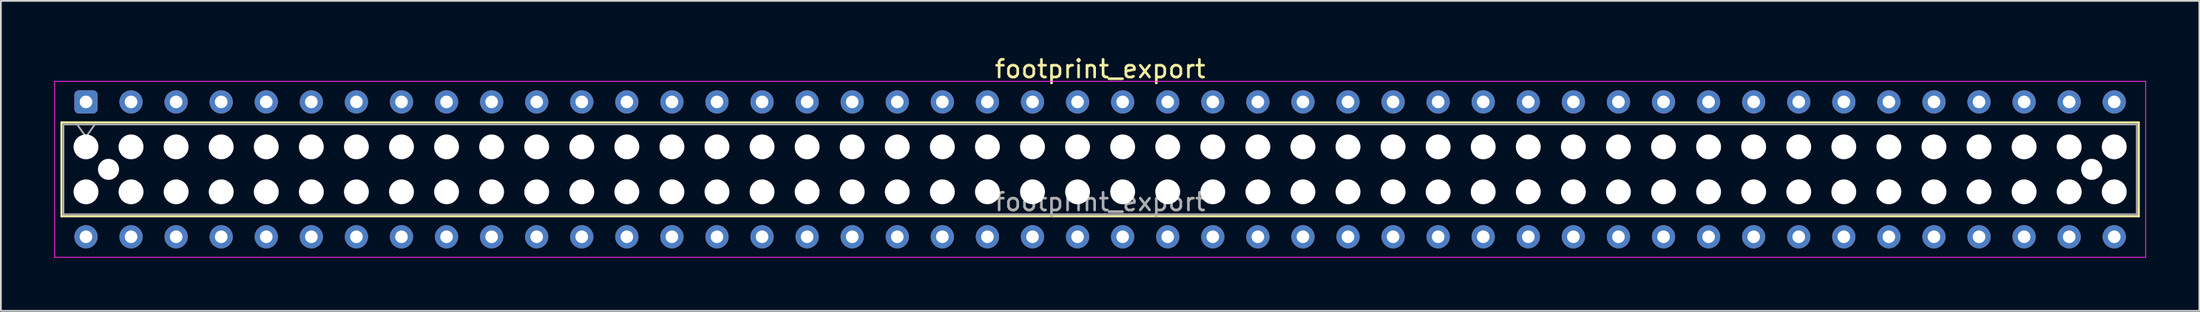
<source format=kicad_pcb>
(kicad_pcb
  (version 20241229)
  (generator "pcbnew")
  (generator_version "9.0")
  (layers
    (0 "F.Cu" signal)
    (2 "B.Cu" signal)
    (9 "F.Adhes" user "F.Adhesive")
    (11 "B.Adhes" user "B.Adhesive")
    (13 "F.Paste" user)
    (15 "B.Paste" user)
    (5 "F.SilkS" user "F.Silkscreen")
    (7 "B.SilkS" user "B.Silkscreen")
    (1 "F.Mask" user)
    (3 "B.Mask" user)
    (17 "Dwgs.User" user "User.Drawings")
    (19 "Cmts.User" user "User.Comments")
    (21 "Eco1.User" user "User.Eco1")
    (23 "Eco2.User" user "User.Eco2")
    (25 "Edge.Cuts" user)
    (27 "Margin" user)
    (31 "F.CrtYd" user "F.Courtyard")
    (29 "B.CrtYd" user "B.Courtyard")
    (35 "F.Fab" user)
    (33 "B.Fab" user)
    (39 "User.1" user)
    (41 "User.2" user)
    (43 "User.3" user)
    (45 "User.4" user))
  (footprint "footprint_export"
    (layer "F.Cu")
    (at 1.795 2.708)
    (property "Reference" "footprint_export" (at 57.15 -1.86 0) (layer "F.SilkS") (effects (font (size 1 1) (thickness 0.15))))
    (attr through_hole)
    (fp_line (start -1.38 1.16) (end 115.68 1.16) (stroke (width 0.12) (type solid)) (layer "F.SilkS"))
    (fp_line (start -1.38 6.46) (end -1.38 1.16) (stroke (width 0.12) (type solid)) (layer "F.SilkS"))
    (fp_line (start 115.68 1.16) (end 115.68 6.46) (stroke (width 0.12) (type solid)) (layer "F.SilkS"))
    (fp_line (start 115.68 6.46) (end -1.38 6.46) (stroke (width 0.12) (type solid)) (layer "F.SilkS"))
    (fp_line (start -1.77 -1.16) (end 116.07 -1.16) (stroke (width 0.05) (type solid)) (layer "F.CrtYd"))
    (fp_line (start -1.77 8.78) (end -1.77 -1.16) (stroke (width 0.05) (type solid)) (layer "F.CrtYd"))
    (fp_line (start 116.07 -1.16) (end 116.07 8.78) (stroke (width 0.05) (type solid)) (layer "F.CrtYd"))
    (fp_line (start 116.07 8.78) (end -1.77 8.78) (stroke (width 0.05) (type solid)) (layer "F.CrtYd"))
    (fp_line (start -1.27 1.27) (end 115.57 1.27) (stroke (width 0.1) (type solid)) (layer "F.Fab"))
    (fp_line (start -1.27 6.35) (end -1.27 1.27) (stroke (width 0.1) (type solid)) (layer "F.Fab"))
    (fp_line (start -0.5 1.27) (end 0 1.977) (stroke (width 0.1) (type solid)) (layer "F.Fab"))
    (fp_line (start 0 1.977) (end 0.5 1.27) (stroke (width 0.1) (type solid)) (layer "F.Fab"))
    (fp_line (start 115.57 1.27) (end 115.57 6.35) (stroke (width 0.1) (type solid)) (layer "F.Fab"))
    (fp_line (start 115.57 6.35) (end -1.27 6.35) (stroke (width 0.1) (type solid)) (layer "F.Fab"))
    (fp_text user "${REFERENCE}" (at 57.15 5.65 0) (layer "F.Fab") (effects (font (size 1 1) (thickness 0.15))))
    (pad "" np_thru_hole circle (at 0 2.54) (size 1.4 1.4) (drill 1.4) (layers "*.Cu" "*.Mask"))
    (pad "" np_thru_hole circle (at 0 5.08) (size 1.4 1.4) (drill 1.4) (layers "*.Cu" "*.Mask"))
    (pad "" np_thru_hole circle (at 1.27 3.81) (size 1.19 1.19) (drill 1.19) (layers "*.Cu" "*.Mask"))
    (pad "" np_thru_hole circle (at 2.54 2.54) (size 1.4 1.4) (drill 1.4) (layers "*.Cu" "*.Mask"))
    (pad "" np_thru_hole circle (at 2.54 5.08) (size 1.4 1.4) (drill 1.4) (layers "*.Cu" "*.Mask"))
    (pad "" np_thru_hole circle (at 5.08 2.54) (size 1.4 1.4) (drill 1.4) (layers "*.Cu" "*.Mask"))
    (pad "" np_thru_hole circle (at 5.08 5.08) (size 1.4 1.4) (drill 1.4) (layers "*.Cu" "*.Mask"))
    (pad "" np_thru_hole circle (at 7.62 2.54) (size 1.4 1.4) (drill 1.4) (layers "*.Cu" "*.Mask"))
    (pad "" np_thru_hole circle (at 7.62 5.08) (size 1.4 1.4) (drill 1.4) (layers "*.Cu" "*.Mask"))
    (pad "" np_thru_hole circle (at 10.16 2.54) (size 1.4 1.4) (drill 1.4) (layers "*.Cu" "*.Mask"))
    (pad "" np_thru_hole circle (at 10.16 5.08) (size 1.4 1.4) (drill 1.4) (layers "*.Cu" "*.Mask"))
    (pad "" np_thru_hole circle (at 12.7 2.54) (size 1.4 1.4) (drill 1.4) (layers "*.Cu" "*.Mask"))
    (pad "" np_thru_hole circle (at 12.7 5.08) (size 1.4 1.4) (drill 1.4) (layers "*.Cu" "*.Mask"))
    (pad "" np_thru_hole circle (at 15.24 2.54) (size 1.4 1.4) (drill 1.4) (layers "*.Cu" "*.Mask"))
    (pad "" np_thru_hole circle (at 15.24 5.08) (size 1.4 1.4) (drill 1.4) (layers "*.Cu" "*.Mask"))
    (pad "" np_thru_hole circle (at 17.78 2.54) (size 1.4 1.4) (drill 1.4) (layers "*.Cu" "*.Mask"))
    (pad "" np_thru_hole circle (at 17.78 5.08) (size 1.4 1.4) (drill 1.4) (layers "*.Cu" "*.Mask"))
    (pad "" np_thru_hole circle (at 20.32 2.54) (size 1.4 1.4) (drill 1.4) (layers "*.Cu" "*.Mask"))
    (pad "" np_thru_hole circle (at 20.32 5.08) (size 1.4 1.4) (drill 1.4) (layers "*.Cu" "*.Mask"))
    (pad "" np_thru_hole circle (at 22.86 2.54) (size 1.4 1.4) (drill 1.4) (layers "*.Cu" "*.Mask"))
    (pad "" np_thru_hole circle (at 22.86 5.08) (size 1.4 1.4) (drill 1.4) (layers "*.Cu" "*.Mask"))
    (pad "" np_thru_hole circle (at 25.4 2.54) (size 1.4 1.4) (drill 1.4) (layers "*.Cu" "*.Mask"))
    (pad "" np_thru_hole circle (at 25.4 5.08) (size 1.4 1.4) (drill 1.4) (layers "*.Cu" "*.Mask"))
    (pad "" np_thru_hole circle (at 27.94 2.54) (size 1.4 1.4) (drill 1.4) (layers "*.Cu" "*.Mask"))
    (pad "" np_thru_hole circle (at 27.94 5.08) (size 1.4 1.4) (drill 1.4) (layers "*.Cu" "*.Mask"))
    (pad "" np_thru_hole circle (at 30.48 2.54) (size 1.4 1.4) (drill 1.4) (layers "*.Cu" "*.Mask"))
    (pad "" np_thru_hole circle (at 30.48 5.08) (size 1.4 1.4) (drill 1.4) (layers "*.Cu" "*.Mask"))
    (pad "" np_thru_hole circle (at 33.02 2.54) (size 1.4 1.4) (drill 1.4) (layers "*.Cu" "*.Mask"))
    (pad "" np_thru_hole circle (at 33.02 5.08) (size 1.4 1.4) (drill 1.4) (layers "*.Cu" "*.Mask"))
    (pad "" np_thru_hole circle (at 35.56 2.54) (size 1.4 1.4) (drill 1.4) (layers "*.Cu" "*.Mask"))
    (pad "" np_thru_hole circle (at 35.56 5.08) (size 1.4 1.4) (drill 1.4) (layers "*.Cu" "*.Mask"))
    (pad "" np_thru_hole circle (at 38.1 2.54) (size 1.4 1.4) (drill 1.4) (layers "*.Cu" "*.Mask"))
    (pad "" np_thru_hole circle (at 38.1 5.08) (size 1.4 1.4) (drill 1.4) (layers "*.Cu" "*.Mask"))
    (pad "" np_thru_hole circle (at 40.64 2.54) (size 1.4 1.4) (drill 1.4) (layers "*.Cu" "*.Mask"))
    (pad "" np_thru_hole circle (at 40.64 5.08) (size 1.4 1.4) (drill 1.4) (layers "*.Cu" "*.Mask"))
    (pad "" np_thru_hole circle (at 43.18 2.54) (size 1.4 1.4) (drill 1.4) (layers "*.Cu" "*.Mask"))
    (pad "" np_thru_hole circle (at 43.18 5.08) (size 1.4 1.4) (drill 1.4) (layers "*.Cu" "*.Mask"))
    (pad "" np_thru_hole circle (at 45.72 2.54) (size 1.4 1.4) (drill 1.4) (layers "*.Cu" "*.Mask"))
    (pad "" np_thru_hole circle (at 45.72 5.08) (size 1.4 1.4) (drill 1.4) (layers "*.Cu" "*.Mask"))
    (pad "" np_thru_hole circle (at 48.26 2.54) (size 1.4 1.4) (drill 1.4) (layers "*.Cu" "*.Mask"))
    (pad "" np_thru_hole circle (at 48.26 5.08) (size 1.4 1.4) (drill 1.4) (layers "*.Cu" "*.Mask"))
    (pad "" np_thru_hole circle (at 50.8 2.54) (size 1.4 1.4) (drill 1.4) (layers "*.Cu" "*.Mask"))
    (pad "" np_thru_hole circle (at 50.8 5.08) (size 1.4 1.4) (drill 1.4) (layers "*.Cu" "*.Mask"))
    (pad "" np_thru_hole circle (at 53.34 2.54) (size 1.4 1.4) (drill 1.4) (layers "*.Cu" "*.Mask"))
    (pad "" np_thru_hole circle (at 53.34 5.08) (size 1.4 1.4) (drill 1.4) (layers "*.Cu" "*.Mask"))
    (pad "" np_thru_hole circle (at 55.88 2.54) (size 1.4 1.4) (drill 1.4) (layers "*.Cu" "*.Mask"))
    (pad "" np_thru_hole circle (at 55.88 5.08) (size 1.4 1.4) (drill 1.4) (layers "*.Cu" "*.Mask"))
    (pad "" np_thru_hole circle (at 58.42 2.54) (size 1.4 1.4) (drill 1.4) (layers "*.Cu" "*.Mask"))
    (pad "" np_thru_hole circle (at 58.42 5.08) (size 1.4 1.4) (drill 1.4) (layers "*.Cu" "*.Mask"))
    (pad "" np_thru_hole circle (at 60.96 2.54) (size 1.4 1.4) (drill 1.4) (layers "*.Cu" "*.Mask"))
    (pad "" np_thru_hole circle (at 60.96 5.08) (size 1.4 1.4) (drill 1.4) (layers "*.Cu" "*.Mask"))
    (pad "" np_thru_hole circle (at 63.5 2.54) (size 1.4 1.4) (drill 1.4) (layers "*.Cu" "*.Mask"))
    (pad "" np_thru_hole circle (at 63.5 5.08) (size 1.4 1.4) (drill 1.4) (layers "*.Cu" "*.Mask"))
    (pad "" np_thru_hole circle (at 66.04 2.54) (size 1.4 1.4) (drill 1.4) (layers "*.Cu" "*.Mask"))
    (pad "" np_thru_hole circle (at 66.04 5.08) (size 1.4 1.4) (drill 1.4) (layers "*.Cu" "*.Mask"))
    (pad "" np_thru_hole circle (at 68.58 2.54) (size 1.4 1.4) (drill 1.4) (layers "*.Cu" "*.Mask"))
    (pad "" np_thru_hole circle (at 68.58 5.08) (size 1.4 1.4) (drill 1.4) (layers "*.Cu" "*.Mask"))
    (pad "" np_thru_hole circle (at 71.12 2.54) (size 1.4 1.4) (drill 1.4) (layers "*.Cu" "*.Mask"))
    (pad "" np_thru_hole circle (at 71.12 5.08) (size 1.4 1.4) (drill 1.4) (layers "*.Cu" "*.Mask"))
    (pad "" np_thru_hole circle (at 73.66 2.54) (size 1.4 1.4) (drill 1.4) (layers "*.Cu" "*.Mask"))
    (pad "" np_thru_hole circle (at 73.66 5.08) (size 1.4 1.4) (drill 1.4) (layers "*.Cu" "*.Mask"))
    (pad "" np_thru_hole circle (at 76.2 2.54) (size 1.4 1.4) (drill 1.4) (layers "*.Cu" "*.Mask"))
    (pad "" np_thru_hole circle (at 76.2 5.08) (size 1.4 1.4) (drill 1.4) (layers "*.Cu" "*.Mask"))
    (pad "" np_thru_hole circle (at 78.74 2.54) (size 1.4 1.4) (drill 1.4) (layers "*.Cu" "*.Mask"))
    (pad "" np_thru_hole circle (at 78.74 5.08) (size 1.4 1.4) (drill 1.4) (layers "*.Cu" "*.Mask"))
    (pad "" np_thru_hole circle (at 81.28 2.54) (size 1.4 1.4) (drill 1.4) (layers "*.Cu" "*.Mask"))
    (pad "" np_thru_hole circle (at 81.28 5.08) (size 1.4 1.4) (drill 1.4) (layers "*.Cu" "*.Mask"))
    (pad "" np_thru_hole circle (at 83.82 2.54) (size 1.4 1.4) (drill 1.4) (layers "*.Cu" "*.Mask"))
    (pad "" np_thru_hole circle (at 83.82 5.08) (size 1.4 1.4) (drill 1.4) (layers "*.Cu" "*.Mask"))
    (pad "" np_thru_hole circle (at 86.36 2.54) (size 1.4 1.4) (drill 1.4) (layers "*.Cu" "*.Mask"))
    (pad "" np_thru_hole circle (at 86.36 5.08) (size 1.4 1.4) (drill 1.4) (layers "*.Cu" "*.Mask"))
    (pad "" np_thru_hole circle (at 88.9 2.54) (size 1.4 1.4) (drill 1.4) (layers "*.Cu" "*.Mask"))
    (pad "" np_thru_hole circle (at 88.9 5.08) (size 1.4 1.4) (drill 1.4) (layers "*.Cu" "*.Mask"))
    (pad "" np_thru_hole circle (at 91.44 2.54) (size 1.4 1.4) (drill 1.4) (layers "*.Cu" "*.Mask"))
    (pad "" np_thru_hole circle (at 91.44 5.08) (size 1.4 1.4) (drill 1.4) (layers "*.Cu" "*.Mask"))
    (pad "" np_thru_hole circle (at 93.98 2.54) (size 1.4 1.4) (drill 1.4) (layers "*.Cu" "*.Mask"))
    (pad "" np_thru_hole circle (at 93.98 5.08) (size 1.4 1.4) (drill 1.4) (layers "*.Cu" "*.Mask"))
    (pad "" np_thru_hole circle (at 96.52 2.54) (size 1.4 1.4) (drill 1.4) (layers "*.Cu" "*.Mask"))
    (pad "" np_thru_hole circle (at 96.52 5.08) (size 1.4 1.4) (drill 1.4) (layers "*.Cu" "*.Mask"))
    (pad "" np_thru_hole circle (at 99.06 2.54) (size 1.4 1.4) (drill 1.4) (layers "*.Cu" "*.Mask"))
    (pad "" np_thru_hole circle (at 99.06 5.08) (size 1.4 1.4) (drill 1.4) (layers "*.Cu" "*.Mask"))
    (pad "" np_thru_hole circle (at 101.6 2.54) (size 1.4 1.4) (drill 1.4) (layers "*.Cu" "*.Mask"))
    (pad "" np_thru_hole circle (at 101.6 5.08) (size 1.4 1.4) (drill 1.4) (layers "*.Cu" "*.Mask"))
    (pad "" np_thru_hole circle (at 104.14 2.54) (size 1.4 1.4) (drill 1.4) (layers "*.Cu" "*.Mask"))
    (pad "" np_thru_hole circle (at 104.14 5.08) (size 1.4 1.4) (drill 1.4) (layers "*.Cu" "*.Mask"))
    (pad "" np_thru_hole circle (at 106.68 2.54) (size 1.4 1.4) (drill 1.4) (layers "*.Cu" "*.Mask"))
    (pad "" np_thru_hole circle (at 106.68 5.08) (size 1.4 1.4) (drill 1.4) (layers "*.Cu" "*.Mask"))
    (pad "" np_thru_hole circle (at 109.22 2.54) (size 1.4 1.4) (drill 1.4) (layers "*.Cu" "*.Mask"))
    (pad "" np_thru_hole circle (at 109.22 5.08) (size 1.4 1.4) (drill 1.4) (layers "*.Cu" "*.Mask"))
    (pad "" np_thru_hole circle (at 111.76 2.54) (size 1.4 1.4) (drill 1.4) (layers "*.Cu" "*.Mask"))
    (pad "" np_thru_hole circle (at 111.76 5.08) (size 1.4 1.4) (drill 1.4) (layers "*.Cu" "*.Mask"))
    (pad "" np_thru_hole circle (at 113.03 3.81) (size 1.19 1.19) (drill 1.19) (layers "*.Cu" "*.Mask"))
    (pad "" np_thru_hole circle (at 114.3 2.54) (size 1.4 1.4) (drill 1.4) (layers "*.Cu" "*.Mask"))
    (pad "" np_thru_hole circle (at 114.3 5.08) (size 1.4 1.4) (drill 1.4) (layers "*.Cu" "*.Mask"))
    (pad "1" thru_hole roundrect (at 0 0) (size 1.31 1.31) (drill 0.71) (layers "*.Cu" "*.Mask") (roundrect_rratio 0.191))
    (pad "2" thru_hole circle (at 0 7.62) (size 1.31 1.31) (drill 0.71) (layers "*.Cu" "*.Mask"))
    (pad "3" thru_hole circle (at 2.54 0) (size 1.31 1.31) (drill 0.71) (layers "*.Cu" "*.Mask"))
    (pad "4" thru_hole circle (at 2.54 7.62) (size 1.31 1.31) (drill 0.71) (layers "*.Cu" "*.Mask"))
    (pad "5" thru_hole circle (at 5.08 0) (size 1.31 1.31) (drill 0.71) (layers "*.Cu" "*.Mask"))
    (pad "6" thru_hole circle (at 5.08 7.62) (size 1.31 1.31) (drill 0.71) (layers "*.Cu" "*.Mask"))
    (pad "7" thru_hole circle (at 7.62 0) (size 1.31 1.31) (drill 0.71) (layers "*.Cu" "*.Mask"))
    (pad "8" thru_hole circle (at 7.62 7.62) (size 1.31 1.31) (drill 0.71) (layers "*.Cu" "*.Mask"))
    (pad "9" thru_hole circle (at 10.16 0) (size 1.31 1.31) (drill 0.71) (layers "*.Cu" "*.Mask"))
    (pad "10" thru_hole circle (at 10.16 7.62) (size 1.31 1.31) (drill 0.71) (layers "*.Cu" "*.Mask"))
    (pad "11" thru_hole circle (at 12.7 0) (size 1.31 1.31) (drill 0.71) (layers "*.Cu" "*.Mask"))
    (pad "12" thru_hole circle (at 12.7 7.62) (size 1.31 1.31) (drill 0.71) (layers "*.Cu" "*.Mask"))
    (pad "13" thru_hole circle (at 15.24 0) (size 1.31 1.31) (drill 0.71) (layers "*.Cu" "*.Mask"))
    (pad "14" thru_hole circle (at 15.24 7.62) (size 1.31 1.31) (drill 0.71) (layers "*.Cu" "*.Mask"))
    (pad "15" thru_hole circle (at 17.78 0) (size 1.31 1.31) (drill 0.71) (layers "*.Cu" "*.Mask"))
    (pad "16" thru_hole circle (at 17.78 7.62) (size 1.31 1.31) (drill 0.71) (layers "*.Cu" "*.Mask"))
    (pad "17" thru_hole circle (at 20.32 0) (size 1.31 1.31) (drill 0.71) (layers "*.Cu" "*.Mask"))
    (pad "18" thru_hole circle (at 20.32 7.62) (size 1.31 1.31) (drill 0.71) (layers "*.Cu" "*.Mask"))
    (pad "19" thru_hole circle (at 22.86 0) (size 1.31 1.31) (drill 0.71) (layers "*.Cu" "*.Mask"))
    (pad "20" thru_hole circle (at 22.86 7.62) (size 1.31 1.31) (drill 0.71) (layers "*.Cu" "*.Mask"))
    (pad "21" thru_hole circle (at 25.4 0) (size 1.31 1.31) (drill 0.71) (layers "*.Cu" "*.Mask"))
    (pad "22" thru_hole circle (at 25.4 7.62) (size 1.31 1.31) (drill 0.71) (layers "*.Cu" "*.Mask"))
    (pad "23" thru_hole circle (at 27.94 0) (size 1.31 1.31) (drill 0.71) (layers "*.Cu" "*.Mask"))
    (pad "24" thru_hole circle (at 27.94 7.62) (size 1.31 1.31) (drill 0.71) (layers "*.Cu" "*.Mask"))
    (pad "25" thru_hole circle (at 30.48 0) (size 1.31 1.31) (drill 0.71) (layers "*.Cu" "*.Mask"))
    (pad "26" thru_hole circle (at 30.48 7.62) (size 1.31 1.31) (drill 0.71) (layers "*.Cu" "*.Mask"))
    (pad "27" thru_hole circle (at 33.02 0) (size 1.31 1.31) (drill 0.71) (layers "*.Cu" "*.Mask"))
    (pad "28" thru_hole circle (at 33.02 7.62) (size 1.31 1.31) (drill 0.71) (layers "*.Cu" "*.Mask"))
    (pad "29" thru_hole circle (at 35.56 0) (size 1.31 1.31) (drill 0.71) (layers "*.Cu" "*.Mask"))
    (pad "30" thru_hole circle (at 35.56 7.62) (size 1.31 1.31) (drill 0.71) (layers "*.Cu" "*.Mask"))
    (pad "31" thru_hole circle (at 38.1 0) (size 1.31 1.31) (drill 0.71) (layers "*.Cu" "*.Mask"))
    (pad "32" thru_hole circle (at 38.1 7.62) (size 1.31 1.31) (drill 0.71) (layers "*.Cu" "*.Mask"))
    (pad "33" thru_hole circle (at 40.64 0) (size 1.31 1.31) (drill 0.71) (layers "*.Cu" "*.Mask"))
    (pad "34" thru_hole circle (at 40.64 7.62) (size 1.31 1.31) (drill 0.71) (layers "*.Cu" "*.Mask"))
    (pad "35" thru_hole circle (at 43.18 0) (size 1.31 1.31) (drill 0.71) (layers "*.Cu" "*.Mask"))
    (pad "36" thru_hole circle (at 43.18 7.62) (size 1.31 1.31) (drill 0.71) (layers "*.Cu" "*.Mask"))
    (pad "37" thru_hole circle (at 45.72 0) (size 1.31 1.31) (drill 0.71) (layers "*.Cu" "*.Mask"))
    (pad "38" thru_hole circle (at 45.72 7.62) (size 1.31 1.31) (drill 0.71) (layers "*.Cu" "*.Mask"))
    (pad "39" thru_hole circle (at 48.26 0) (size 1.31 1.31) (drill 0.71) (layers "*.Cu" "*.Mask"))
    (pad "40" thru_hole circle (at 48.26 7.62) (size 1.31 1.31) (drill 0.71) (layers "*.Cu" "*.Mask"))
    (pad "41" thru_hole circle (at 50.8 0) (size 1.31 1.31) (drill 0.71) (layers "*.Cu" "*.Mask"))
    (pad "42" thru_hole circle (at 50.8 7.62) (size 1.31 1.31) (drill 0.71) (layers "*.Cu" "*.Mask"))
    (pad "43" thru_hole circle (at 53.34 0) (size 1.31 1.31) (drill 0.71) (layers "*.Cu" "*.Mask"))
    (pad "44" thru_hole circle (at 53.34 7.62) (size 1.31 1.31) (drill 0.71) (layers "*.Cu" "*.Mask"))
    (pad "45" thru_hole circle (at 55.88 0) (size 1.31 1.31) (drill 0.71) (layers "*.Cu" "*.Mask"))
    (pad "46" thru_hole circle (at 55.88 7.62) (size 1.31 1.31) (drill 0.71) (layers "*.Cu" "*.Mask"))
    (pad "47" thru_hole circle (at 58.42 0) (size 1.31 1.31) (drill 0.71) (layers "*.Cu" "*.Mask"))
    (pad "48" thru_hole circle (at 58.42 7.62) (size 1.31 1.31) (drill 0.71) (layers "*.Cu" "*.Mask"))
    (pad "49" thru_hole circle (at 60.96 0) (size 1.31 1.31) (drill 0.71) (layers "*.Cu" "*.Mask"))
    (pad "50" thru_hole circle (at 60.96 7.62) (size 1.31 1.31) (drill 0.71) (layers "*.Cu" "*.Mask"))
    (pad "51" thru_hole circle (at 63.5 0) (size 1.31 1.31) (drill 0.71) (layers "*.Cu" "*.Mask"))
    (pad "52" thru_hole circle (at 63.5 7.62) (size 1.31 1.31) (drill 0.71) (layers "*.Cu" "*.Mask"))
    (pad "53" thru_hole circle (at 66.04 0) (size 1.31 1.31) (drill 0.71) (layers "*.Cu" "*.Mask"))
    (pad "54" thru_hole circle (at 66.04 7.62) (size 1.31 1.31) (drill 0.71) (layers "*.Cu" "*.Mask"))
    (pad "55" thru_hole circle (at 68.58 0) (size 1.31 1.31) (drill 0.71) (layers "*.Cu" "*.Mask"))
    (pad "56" thru_hole circle (at 68.58 7.62) (size 1.31 1.31) (drill 0.71) (layers "*.Cu" "*.Mask"))
    (pad "57" thru_hole circle (at 71.12 0) (size 1.31 1.31) (drill 0.71) (layers "*.Cu" "*.Mask"))
    (pad "58" thru_hole circle (at 71.12 7.62) (size 1.31 1.31) (drill 0.71) (layers "*.Cu" "*.Mask"))
    (pad "59" thru_hole circle (at 73.66 0) (size 1.31 1.31) (drill 0.71) (layers "*.Cu" "*.Mask"))
    (pad "60" thru_hole circle (at 73.66 7.62) (size 1.31 1.31) (drill 0.71) (layers "*.Cu" "*.Mask"))
    (pad "61" thru_hole circle (at 76.2 0) (size 1.31 1.31) (drill 0.71) (layers "*.Cu" "*.Mask"))
    (pad "62" thru_hole circle (at 76.2 7.62) (size 1.31 1.31) (drill 0.71) (layers "*.Cu" "*.Mask"))
    (pad "63" thru_hole circle (at 78.74 0) (size 1.31 1.31) (drill 0.71) (layers "*.Cu" "*.Mask"))
    (pad "64" thru_hole circle (at 78.74 7.62) (size 1.31 1.31) (drill 0.71) (layers "*.Cu" "*.Mask"))
    (pad "65" thru_hole circle (at 81.28 0) (size 1.31 1.31) (drill 0.71) (layers "*.Cu" "*.Mask"))
    (pad "66" thru_hole circle (at 81.28 7.62) (size 1.31 1.31) (drill 0.71) (layers "*.Cu" "*.Mask"))
    (pad "67" thru_hole circle (at 83.82 0) (size 1.31 1.31) (drill 0.71) (layers "*.Cu" "*.Mask"))
    (pad "68" thru_hole circle (at 83.82 7.62) (size 1.31 1.31) (drill 0.71) (layers "*.Cu" "*.Mask"))
    (pad "69" thru_hole circle (at 86.36 0) (size 1.31 1.31) (drill 0.71) (layers "*.Cu" "*.Mask"))
    (pad "70" thru_hole circle (at 86.36 7.62) (size 1.31 1.31) (drill 0.71) (layers "*.Cu" "*.Mask"))
    (pad "71" thru_hole circle (at 88.9 0) (size 1.31 1.31) (drill 0.71) (layers "*.Cu" "*.Mask"))
    (pad "72" thru_hole circle (at 88.9 7.62) (size 1.31 1.31) (drill 0.71) (layers "*.Cu" "*.Mask"))
    (pad "73" thru_hole circle (at 91.44 0) (size 1.31 1.31) (drill 0.71) (layers "*.Cu" "*.Mask"))
    (pad "74" thru_hole circle (at 91.44 7.62) (size 1.31 1.31) (drill 0.71) (layers "*.Cu" "*.Mask"))
    (pad "75" thru_hole circle (at 93.98 0) (size 1.31 1.31) (drill 0.71) (layers "*.Cu" "*.Mask"))
    (pad "76" thru_hole circle (at 93.98 7.62) (size 1.31 1.31) (drill 0.71) (layers "*.Cu" "*.Mask"))
    (pad "77" thru_hole circle (at 96.52 0) (size 1.31 1.31) (drill 0.71) (layers "*.Cu" "*.Mask"))
    (pad "78" thru_hole circle (at 96.52 7.62) (size 1.31 1.31) (drill 0.71) (layers "*.Cu" "*.Mask"))
    (pad "79" thru_hole circle (at 99.06 0) (size 1.31 1.31) (drill 0.71) (layers "*.Cu" "*.Mask"))
    (pad "80" thru_hole circle (at 99.06 7.62) (size 1.31 1.31) (drill 0.71) (layers "*.Cu" "*.Mask"))
    (pad "81" thru_hole circle (at 101.6 0) (size 1.31 1.31) (drill 0.71) (layers "*.Cu" "*.Mask"))
    (pad "82" thru_hole circle (at 101.6 7.62) (size 1.31 1.31) (drill 0.71) (layers "*.Cu" "*.Mask"))
    (pad "83" thru_hole circle (at 104.14 0) (size 1.31 1.31) (drill 0.71) (layers "*.Cu" "*.Mask"))
    (pad "84" thru_hole circle (at 104.14 7.62) (size 1.31 1.31) (drill 0.71) (layers "*.Cu" "*.Mask"))
    (pad "85" thru_hole circle (at 106.68 0) (size 1.31 1.31) (drill 0.71) (layers "*.Cu" "*.Mask"))
    (pad "86" thru_hole circle (at 106.68 7.62) (size 1.31 1.31) (drill 0.71) (layers "*.Cu" "*.Mask"))
    (pad "87" thru_hole circle (at 109.22 0) (size 1.31 1.31) (drill 0.71) (layers "*.Cu" "*.Mask"))
    (pad "88" thru_hole circle (at 109.22 7.62) (size 1.31 1.31) (drill 0.71) (layers "*.Cu" "*.Mask"))
    (pad "89" thru_hole circle (at 111.76 0) (size 1.31 1.31) (drill 0.71) (layers "*.Cu" "*.Mask"))
    (pad "90" thru_hole circle (at 111.76 7.62) (size 1.31 1.31) (drill 0.71) (layers "*.Cu" "*.Mask"))
    (pad "91" thru_hole circle (at 114.3 0) (size 1.31 1.31) (drill 0.71) (layers "*.Cu" "*.Mask"))
    (pad "92" thru_hole circle (at 114.3 7.62) (size 1.31 1.31) (drill 0.71) (layers "*.Cu" "*.Mask")))
  (gr_rect
    (start -3 -3)
    (end 120.89 14.513)
    (stroke (width 0.1) (type default))
    (fill no)
    (layer "Edge.Cuts")))
</source>
